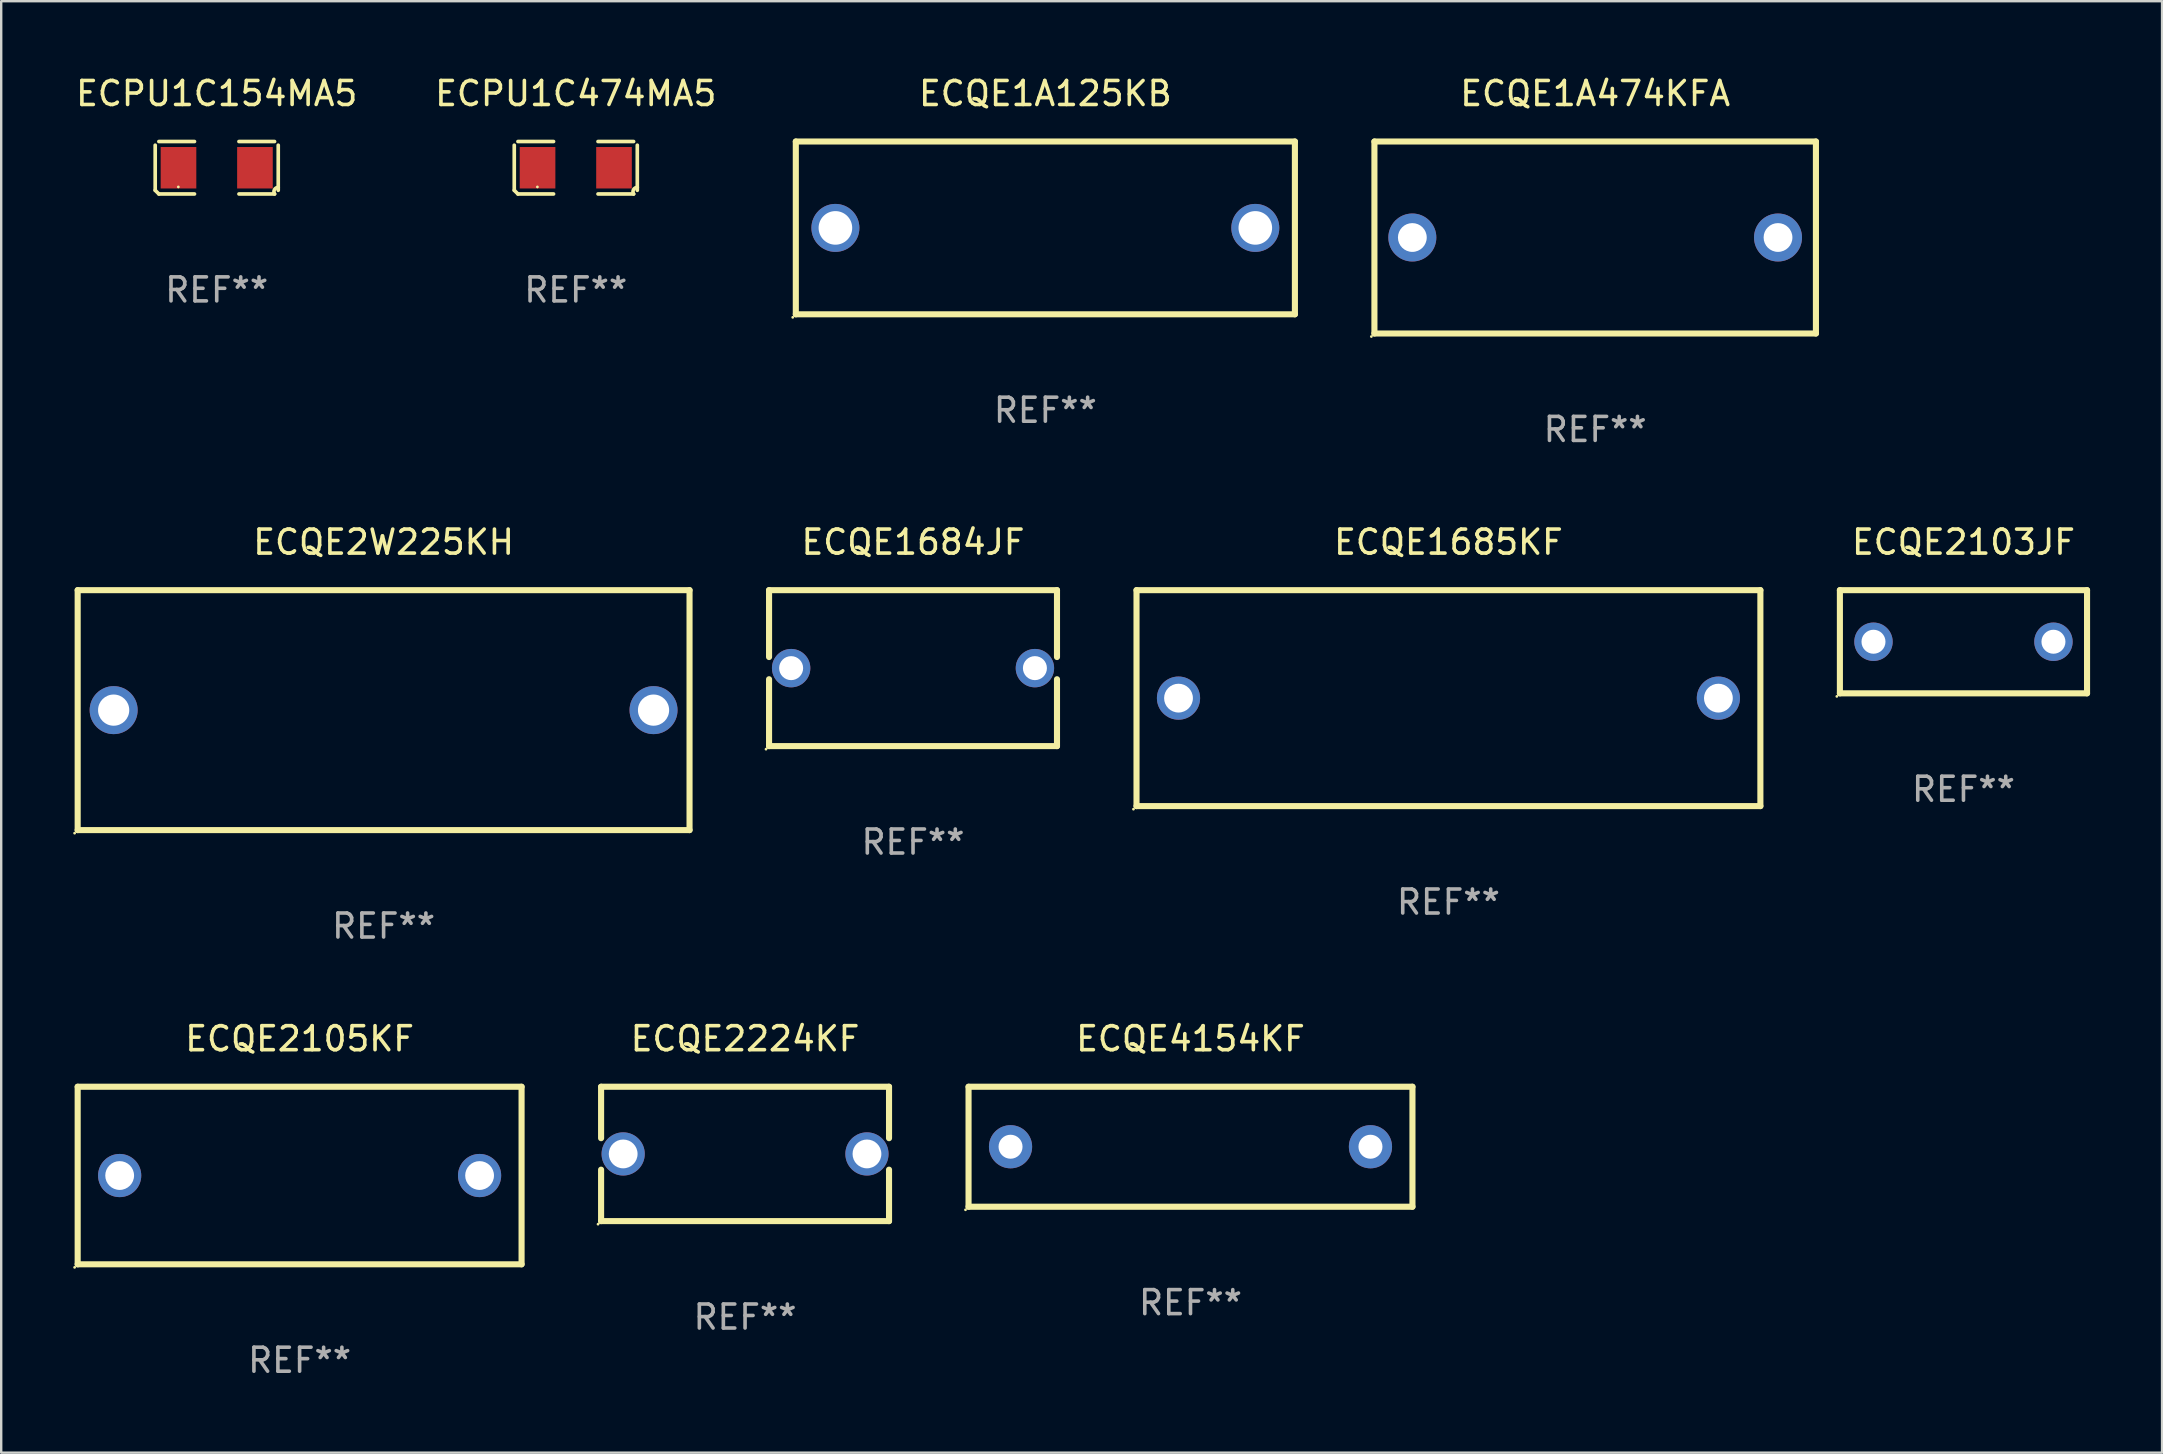
<source format=kicad_pcb>
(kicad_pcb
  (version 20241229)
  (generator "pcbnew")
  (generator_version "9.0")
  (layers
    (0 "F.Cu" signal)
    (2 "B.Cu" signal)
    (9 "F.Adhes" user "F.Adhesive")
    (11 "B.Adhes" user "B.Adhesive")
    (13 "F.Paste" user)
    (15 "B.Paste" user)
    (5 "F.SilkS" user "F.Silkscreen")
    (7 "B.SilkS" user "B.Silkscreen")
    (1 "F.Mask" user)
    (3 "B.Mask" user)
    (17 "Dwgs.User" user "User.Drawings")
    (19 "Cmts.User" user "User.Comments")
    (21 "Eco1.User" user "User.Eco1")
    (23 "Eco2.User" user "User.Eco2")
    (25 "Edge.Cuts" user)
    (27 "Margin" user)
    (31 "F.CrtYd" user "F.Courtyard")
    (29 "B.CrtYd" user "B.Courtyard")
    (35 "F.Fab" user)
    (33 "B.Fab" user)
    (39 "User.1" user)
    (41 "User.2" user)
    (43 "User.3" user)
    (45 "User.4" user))
  (footprint "ECQE2W225KH"
    (layer "F.Cu")
    (at 12.937 26.545)
    (property "Reference" "ECQE2W225KH" (at 0 -7 0) (layer "F.SilkS") (effects (font (size 1 1) (thickness 0.15))))
    (attr through_hole)
    (fp_line (start -12.75 -5) (end 12.75 -5) (stroke (width 0.254) (type solid)) (layer "F.SilkS"))
    (fp_line (start -12.75 5) (end -12.75 -5) (stroke (width 0.254) (type solid)) (layer "F.SilkS"))
    (fp_line (start 12.75 -5) (end 12.75 5) (stroke (width 0.254) (type solid)) (layer "F.SilkS"))
    (fp_line (start 12.75 5) (end -12.75 5) (stroke (width 0.254) (type solid)) (layer "F.SilkS"))
    (fp_circle (center -12.877 5.127) (end -12.847 5.127) (stroke (width 0.06) (type solid)) (fill no) (layer "F.SilkS"))
    (fp_text user "REF**" (at 0 9 0) (layer "F.Fab") (effects (font (size 1 1) (thickness 0.15))))
    (pad "1" thru_hole circle (at -11.25 0) (size 2 2) (drill 1.3) (layers "*.Cu" "*.Mask"))
    (pad "2" thru_hole circle (at 11.25 0) (size 2 2) (drill 1.3) (layers "*.Cu" "*.Mask")))
  (footprint "ECQE2103JF"
    (layer "F.Cu")
    (at 78.779 23.695)
    (property "Reference" "ECQE2103JF" (at 0 -4.15 0) (layer "F.SilkS") (effects (font (size 1 1) (thickness 0.15))))
    (attr through_hole)
    (fp_line (start -5.15 2.15) (end -5.15 -2.15) (stroke (width 0.254) (type solid)) (layer "F.SilkS"))
    (fp_line (start -5.15 -2.15) (end 5.15 -2.15) (stroke (width 0.254) (type solid)) (layer "F.SilkS"))
    (fp_line (start 5.15 2.15) (end -5.15 2.15) (stroke (width 0.254) (type solid)) (layer "F.SilkS"))
    (fp_line (start 5.15 -2.15) (end 5.15 2.15) (stroke (width 0.254) (type solid)) (layer "F.SilkS"))
    (fp_circle (center -5.277 2.277) (end -5.247 2.277) (stroke (width 0.06) (type solid)) (fill no) (layer "F.SilkS"))
    (fp_text user "REF**" (at 0 6.15 0) (layer "F.Fab") (effects (font (size 1 1) (thickness 0.15))))
    (pad "1" thru_hole circle (at -3.75 0) (size 1.6 1.6) (drill 1) (layers "*.Cu" "*.Mask"))
    (pad "2" thru_hole circle (at 3.75 0) (size 1.6 1.6) (drill 1) (layers "*.Cu" "*.Mask")))
  (footprint "ECPU1C474MA5"
    (layer "F.Cu")
    (at 20.946 3.941)
    (property "Reference" "ECPU1C474MA5" (at 0 -3.093 0) (layer "F.SilkS") (effects (font (size 1 1) (thickness 0.15))))
    (attr through_hole)
    (fp_line (start -2.564 0.94) (end -2.564 -0.94) (stroke (width 0.152) (type solid)) (layer "F.SilkS"))
    (fp_line (start -2.411 -1.093) (end -0.926 -1.093) (stroke (width 0.152) (type solid)) (layer "F.SilkS"))
    (fp_line (start -0.926 1.093) (end -2.411 1.093) (stroke (width 0.152) (type solid)) (layer "F.SilkS"))
    (fp_line (start 0.926 1.093) (end 2.411 1.093) (stroke (width 0.152) (type solid)) (layer "F.SilkS"))
    (fp_line (start 2.411 -1.093) (end 0.926 -1.093) (stroke (width 0.152) (type solid)) (layer "F.SilkS"))
    (fp_line (start 2.564 0.94) (end 2.564 -0.94) (stroke (width 0.152) (type solid)) (layer "F.SilkS"))
    (fp_arc (start -2.411201 1.092609) (mid -2.487413 1.01642) (end -2.563602 0.940208) (stroke (width 0.1524) (type solid)) (layer "F.SilkS"))
    (fp_arc (start 2.411201 1.092609) (mid 2.407159 0.911226) (end 2.563602 0.819347) (stroke (width 0.1524) (type solid)) (layer "F.SilkS"))
    (fp_circle (center -1.6 0.8) (end -1.57 0.8) (stroke (width 0.06) (type solid)) (fill no) (layer "F.SilkS"))
    (fp_text user "REF**" (at 0 5.093 0) (layer "F.Fab") (effects (font (size 1 1) (thickness 0.15))))
    (pad "1" smd rect (at -1.593 0) (size 1.485 1.728) (layers "F.Cu" "F.Mask" "F.Paste"))
    (pad "2" smd rect (at 1.593 0) (size 1.485 1.728) (layers "F.Cu" "F.Mask" "F.Paste")))
  (footprint "ECQE4154KF"
    (layer "F.Cu")
    (at 46.565 44.741)
    (property "Reference" "ECQE4154KF" (at 0 -4.5 0) (layer "F.SilkS") (effects (font (size 1 1) (thickness 0.15))))
    (attr through_hole)
    (fp_line (start -9.25 -2.5) (end 9.25 -2.5) (stroke (width 0.254) (type solid)) (layer "F.SilkS"))
    (fp_line (start -9.25 2.5) (end -9.25 -2.5) (stroke (width 0.254) (type solid)) (layer "F.SilkS"))
    (fp_line (start 9.25 -2.5) (end 9.25 2.5) (stroke (width 0.254) (type solid)) (layer "F.SilkS"))
    (fp_line (start 9.25 2.5) (end -9.25 2.5) (stroke (width 0.254) (type solid)) (layer "F.SilkS"))
    (fp_circle (center -9.377 2.627) (end -9.347 2.627) (stroke (width 0.06) (type solid)) (fill no) (layer "F.SilkS"))
    (fp_text user "REF**" (at 0 6.5 0) (layer "F.Fab") (effects (font (size 1 1) (thickness 0.15))))
    (pad "1" thru_hole circle (at -7.5 0) (size 1.8 1.8) (drill 1) (layers "*.Cu" "*.Mask"))
    (pad "2" thru_hole circle (at 7.5 0) (size 1.8 1.8) (drill 1) (layers "*.Cu" "*.Mask")))
  (footprint "ECQE1A474KFA"
    (layer "F.Cu")
    (at 63.43 6.848)
    (property "Reference" "ECQE1A474KFA" (at 0 -6 0) (layer "F.SilkS") (effects (font (size 1 1) (thickness 0.15))))
    (attr through_hole)
    (fp_line (start -9.2 -4) (end 9.2 -4) (stroke (width 0.254) (type solid)) (layer "F.SilkS"))
    (fp_line (start -9.2 4) (end -9.2 -4) (stroke (width 0.254) (type solid)) (layer "F.SilkS"))
    (fp_line (start 9.2 -4) (end 9.2 4) (stroke (width 0.254) (type solid)) (layer "F.SilkS"))
    (fp_line (start 9.2 4) (end -9.2 4) (stroke (width 0.254) (type solid)) (layer "F.SilkS"))
    (fp_circle (center -9.327 4.127) (end -9.297 4.127) (stroke (width 0.06) (type solid)) (fill no) (layer "F.SilkS"))
    (fp_text user "REF**" (at 0 8 0) (layer "F.Fab") (effects (font (size 1 1) (thickness 0.15))))
    (pad "1" thru_hole circle (at -7.62 0) (size 2 2) (drill 1.2) (layers "*.Cu" "*.Mask"))
    (pad "2" thru_hole circle (at 7.62 0) (size 2 2) (drill 1.2) (layers "*.Cu" "*.Mask")))
  (footprint "ECQE2105KF"
    (layer "F.Cu")
    (at 9.437 45.941)
    (property "Reference" "ECQE2105KF" (at 0 -5.7 0) (layer "F.SilkS") (effects (font (size 1 1) (thickness 0.15))))
    (attr through_hole)
    (fp_line (start -9.25 -3.7) (end 9.25 -3.7) (stroke (width 0.254) (type solid)) (layer "F.SilkS"))
    (fp_line (start -9.25 3.7) (end -9.25 -3.7) (stroke (width 0.254) (type solid)) (layer "F.SilkS"))
    (fp_line (start 9.25 -3.7) (end 9.25 3.7) (stroke (width 0.254) (type solid)) (layer "F.SilkS"))
    (fp_line (start 9.25 3.7) (end -9.25 3.7) (stroke (width 0.254) (type solid)) (layer "F.SilkS"))
    (fp_circle (center -9.377 3.827) (end -9.347 3.827) (stroke (width 0.06) (type solid)) (fill no) (layer "F.SilkS"))
    (fp_text user "REF**" (at 0 7.7 0) (layer "F.Fab") (effects (font (size 1 1) (thickness 0.15))))
    (pad "1" thru_hole circle (at -7.5 0) (size 1.8 1.8) (drill 1.2) (layers "*.Cu" "*.Mask"))
    (pad "2" thru_hole circle (at 7.5 0) (size 1.8 1.8) (drill 1.2) (layers "*.Cu" "*.Mask")))
  (footprint "ECQE1684JF"
    (layer "F.Cu")
    (at 35.001 24.795)
    (property "Reference" "ECQE1684JF" (at 0 -5.25 0) (layer "F.SilkS") (effects (font (size 1 1) (thickness 0.15))))
    (attr through_hole)
    (fp_line (start -6 -3.25) (end 6 -3.25) (stroke (width 0.254) (type solid)) (layer "F.SilkS"))
    (fp_line (start -6 -0.463) (end -6 -3.25) (stroke (width 0.254) (type solid)) (layer "F.SilkS"))
    (fp_line (start -6 3.25) (end -6 0.463) (stroke (width 0.254) (type solid)) (layer "F.SilkS"))
    (fp_line (start 6 -3.25) (end 6 -0.463) (stroke (width 0.254) (type solid)) (layer "F.SilkS"))
    (fp_line (start 6 0.463) (end 6 3.25) (stroke (width 0.254) (type solid)) (layer "F.SilkS"))
    (fp_line (start 6 3.25) (end -6 3.25) (stroke (width 0.254) (type solid)) (layer "F.SilkS"))
    (fp_circle (center -6.127 3.377) (end -6.097 3.377) (stroke (width 0.06) (type solid)) (fill no) (layer "F.SilkS"))
    (fp_text user "REF**" (at 0 7.25 0) (layer "F.Fab") (effects (font (size 1 1) (thickness 0.15))))
    (pad "1" thru_hole circle (at -5.08 -0.000013) (size 1.6 1.6) (drill 1) (layers "*.Cu" "*.Mask"))
    (pad "2" thru_hole circle (at 5.08 -0.000013) (size 1.6 1.6) (drill 1) (layers "*.Cu" "*.Mask")))
  (footprint "ECQE2224KF"
    (layer "F.Cu")
    (at 28.001 45.041)
    (property "Reference" "ECQE2224KF" (at 0 -4.8 0) (layer "F.SilkS") (effects (font (size 1 1) (thickness 0.15))))
    (attr through_hole)
    (fp_line (start -6 -2.8) (end -6 -0.656) (stroke (width 0.254) (type solid)) (layer "F.SilkS"))
    (fp_line (start -6 -2.8) (end 6 -2.8) (stroke (width 0.254) (type solid)) (layer "F.SilkS"))
    (fp_line (start -6 0.656) (end -6 2.8) (stroke (width 0.254) (type solid)) (layer "F.SilkS"))
    (fp_line (start 6 -2.8) (end 6 -0.656) (stroke (width 0.254) (type solid)) (layer "F.SilkS"))
    (fp_line (start 6 0.656) (end 6 2.8) (stroke (width 0.254) (type solid)) (layer "F.SilkS"))
    (fp_line (start 6 2.8) (end -6 2.8) (stroke (width 0.254) (type solid)) (layer "F.SilkS"))
    (fp_circle (center -6.127 2.927) (end -6.097 2.927) (stroke (width 0.06) (type solid)) (fill no) (layer "F.SilkS"))
    (fp_text user "REF**" (at 0 6.8 0) (layer "F.Fab") (effects (font (size 1 1) (thickness 0.15))))
    (pad "1" thru_hole circle (at -5.08 0) (size 1.8 1.8) (drill 1.2) (layers "*.Cu" "*.Mask"))
    (pad "2" thru_hole circle (at 5.08 0) (size 1.8 1.8) (drill 1.2) (layers "*.Cu" "*.Mask")))
  (footprint "ECQE1685KF"
    (layer "F.Cu")
    (at 57.315 26.045)
    (property "Reference" "ECQE1685KF" (at 0 -6.5 0) (layer "F.SilkS") (effects (font (size 1 1) (thickness 0.15))))
    (attr through_hole)
    (fp_line (start -13 -4.5) (end 13 -4.5) (stroke (width 0.254) (type solid)) (layer "F.SilkS"))
    (fp_line (start -13 4.5) (end -13 -4.5) (stroke (width 0.254) (type solid)) (layer "F.SilkS"))
    (fp_line (start 13 -4.5) (end 13 4.5) (stroke (width 0.254) (type solid)) (layer "F.SilkS"))
    (fp_line (start 13 4.5) (end -13 4.5) (stroke (width 0.254) (type solid)) (layer "F.SilkS"))
    (fp_circle (center -13.127 4.627) (end -13.097 4.627) (stroke (width 0.06) (type solid)) (fill no) (layer "F.SilkS"))
    (fp_text user "REF**" (at 0 8.5 0) (layer "F.Fab") (effects (font (size 1 1) (thickness 0.15))))
    (pad "1" thru_hole circle (at -11.25 0) (size 1.8 1.8) (drill 1.2) (layers "*.Cu" "*.Mask"))
    (pad "2" thru_hole circle (at 11.25 0) (size 1.8 1.8) (drill 1.2) (layers "*.Cu" "*.Mask")))
  (footprint "ECQE1A125KB"
    (layer "F.Cu")
    (at 40.516 6.448)
    (property "Reference" "ECQE1A125KB" (at 0 -5.6 0) (layer "F.SilkS") (effects (font (size 1 1) (thickness 0.15))))
    (attr through_hole)
    (fp_line (start -10.4 -3.6) (end 10.4 -3.6) (stroke (width 0.254) (type solid)) (layer "F.SilkS"))
    (fp_line (start -10.4 3.6) (end -10.4 -3.6) (stroke (width 0.254) (type solid)) (layer "F.SilkS"))
    (fp_line (start 10.4 -3.6) (end 10.4 3.6) (stroke (width 0.254) (type solid)) (layer "F.SilkS"))
    (fp_line (start 10.4 3.6) (end -10.4 3.6) (stroke (width 0.254) (type solid)) (layer "F.SilkS"))
    (fp_circle (center -10.527 3.727) (end -10.497 3.727) (stroke (width 0.06) (type solid)) (fill no) (layer "F.SilkS"))
    (fp_text user "REF**" (at 0 7.6 0) (layer "F.Fab") (effects (font (size 1 1) (thickness 0.15))))
    (pad "1" thru_hole circle (at -8.75 0) (size 2 2) (drill 1.4) (layers "*.Cu" "*.Mask"))
    (pad "2" thru_hole circle (at 8.75 0) (size 2 2) (drill 1.4) (layers "*.Cu" "*.Mask")))
  (footprint "ECPU1C154MA5"
    (layer "F.Cu")
    (at 5.982 3.941)
    (property "Reference" "ECPU1C154MA5" (at 0 -3.093 0) (layer "F.SilkS") (effects (font (size 1 1) (thickness 0.15))))
    (attr through_hole)
    (fp_line (start -2.564 0.94) (end -2.564 -0.94) (stroke (width 0.152) (type solid)) (layer "F.SilkS"))
    (fp_line (start -2.411 -1.093) (end -0.926 -1.093) (stroke (width 0.152) (type solid)) (layer "F.SilkS"))
    (fp_line (start -0.926 1.093) (end -2.411 1.093) (stroke (width 0.152) (type solid)) (layer "F.SilkS"))
    (fp_line (start 0.926 1.093) (end 2.411 1.093) (stroke (width 0.152) (type solid)) (layer "F.SilkS"))
    (fp_line (start 2.411 -1.093) (end 0.926 -1.093) (stroke (width 0.152) (type solid)) (layer "F.SilkS"))
    (fp_line (start 2.564 0.94) (end 2.564 -0.94) (stroke (width 0.152) (type solid)) (layer "F.SilkS"))
    (fp_arc (start -2.411201 1.092609) (mid -2.487413 1.01642) (end -2.563602 0.940208) (stroke (width 0.1524) (type solid)) (layer "F.SilkS"))
    (fp_arc (start 2.411201 1.092609) (mid 2.407159 0.911226) (end 2.563602 0.819347) (stroke (width 0.1524) (type solid)) (layer "F.SilkS"))
    (fp_circle (center -1.6 0.8) (end -1.57 0.8) (stroke (width 0.06) (type solid)) (fill no) (layer "F.SilkS"))
    (fp_text user "REF**" (at 0 5.093 0) (layer "F.Fab") (effects (font (size 1 1) (thickness 0.15))))
    (pad "1" smd rect (at -1.593 0) (size 1.485 1.728) (layers "F.Cu" "F.Mask" "F.Paste"))
    (pad "2" smd rect (at 1.593 0) (size 1.485 1.728) (layers "F.Cu" "F.Mask" "F.Paste")))
  (gr_rect
    (start -3 -3)
    (end 87.056 57.49)
    (stroke (width 0.1) (type default))
    (fill no)
    (layer "Edge.Cuts")))
</source>
